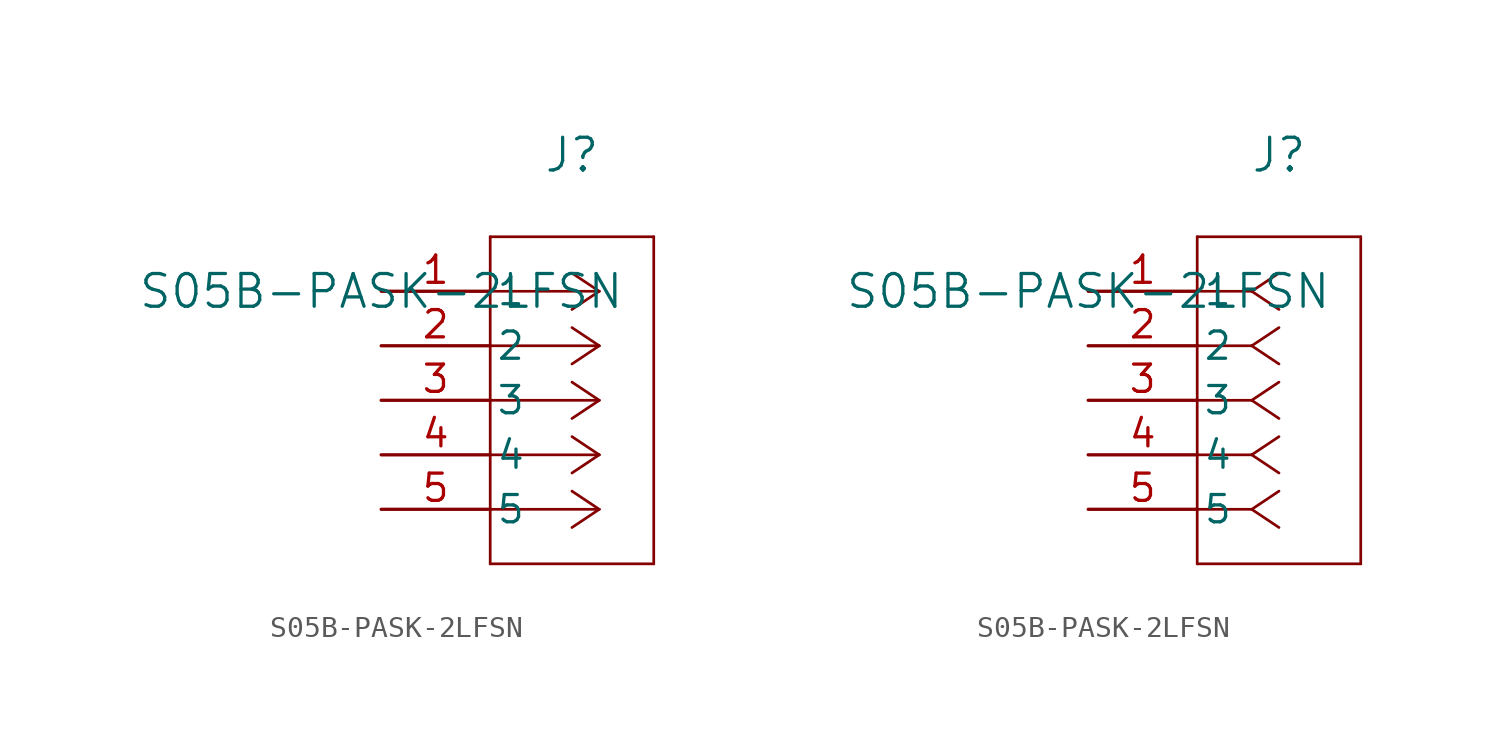
<source format=kicad_sym>
(kicad_symbol_lib
  (version 20211014)
  (generator kicad_symbol_editor)
  (symbol "S05B-PASK-2LFSN"
    (pin_names
      (offset 0.254))
    (property "Reference" "J"
      (at 8.89 6.35 0)
      (effects (font (size 1.524 1.524))))
    (property "Value" "S05B-PASK-2LFSN"
      (at 0 0 0)
      (effects (font (size 1.524 1.524))))
    (symbol "S05B-PASK-2LFSN_1_1"
      (polyline (pts (xy 10.16 0) (xy 5.08 0)) (stroke (width 0.127) (type default) (color 0 0 0 0)) (fill (type none)))
      (polyline (pts (xy 10.16 -2.54) (xy 5.08 -2.54)) (stroke (width 0.127) (type default) (color 0 0 0 0)) (fill (type none)))
      (polyline (pts (xy 10.16 -5.08) (xy 5.08 -5.08)) (stroke (width 0.127) (type default) (color 0 0 0 0)) (fill (type none)))
      (polyline (pts (xy 10.16 -7.62) (xy 5.08 -7.62)) (stroke (width 0.127) (type default) (color 0 0 0 0)) (fill (type none)))
      (polyline (pts (xy 10.16 -10.16) (xy 5.08 -10.16)) (stroke (width 0.127) (type default) (color 0 0 0 0)) (fill (type none)))
      (polyline (pts (xy 10.16 0) (xy 8.89 0.847)) (stroke (width 0.127) (type default) (color 0 0 0 0)) (fill (type none)))
      (polyline (pts (xy 10.16 -2.54) (xy 8.89 -1.693)) (stroke (width 0.127) (type default) (color 0 0 0 0)) (fill (type none)))
      (polyline (pts (xy 10.16 -5.08) (xy 8.89 -4.233)) (stroke (width 0.127) (type default) (color 0 0 0 0)) (fill (type none)))
      (polyline (pts (xy 10.16 -7.62) (xy 8.89 -6.773)) (stroke (width 0.127) (type default) (color 0 0 0 0)) (fill (type none)))
      (polyline (pts (xy 10.16 -10.16) (xy 8.89 -9.313)) (stroke (width 0.127) (type default) (color 0 0 0 0)) (fill (type none)))
      (polyline (pts (xy 10.16 0) (xy 8.89 -0.847)) (stroke (width 0.127) (type default) (color 0 0 0 0)) (fill (type none)))
      (polyline (pts (xy 10.16 -2.54) (xy 8.89 -3.387)) (stroke (width 0.127) (type default) (color 0 0 0 0)) (fill (type none)))
      (polyline (pts (xy 10.16 -5.08) (xy 8.89 -5.927)) (stroke (width 0.127) (type default) (color 0 0 0 0)) (fill (type none)))
      (polyline (pts (xy 10.16 -7.62) (xy 8.89 -8.467)) (stroke (width 0.127) (type default) (color 0 0 0 0)) (fill (type none)))
      (polyline (pts (xy 10.16 -10.16) (xy 8.89 -11.007)) (stroke (width 0.127) (type default) (color 0 0 0 0)) (fill (type none)))
      (polyline (pts (xy 5.08 2.54) (xy 5.08 -12.7)) (stroke (width 0.127) (type default) (color 0 0 0 0)) (fill (type none)))
      (polyline (pts (xy 5.08 -12.7) (xy 12.7 -12.7)) (stroke (width 0.127) (type default) (color 0 0 0 0)) (fill (type none)))
      (polyline (pts (xy 12.7 -12.7) (xy 12.7 2.54)) (stroke (width 0.127) (type default) (color 0 0 0 0)) (fill (type none)))
      (polyline (pts (xy 12.7 2.54) (xy 5.08 2.54)) (stroke (width 0.127) (type default) (color 0 0 0 0)) (fill (type none)))
      (pin unspecified line (at 0 0 0) (length 5.08) (name "1" (effects (font (size 1.27 1.27)))) (number "1" (effects (font (size 1.27 1.27)))))
      (pin unspecified line (at 0 -2.54 0) (length 5.08) (name "2" (effects (font (size 1.27 1.27)))) (number "2" (effects (font (size 1.27 1.27)))))
      (pin unspecified line (at 0 -5.08 0) (length 5.08) (name "3" (effects (font (size 1.27 1.27)))) (number "3" (effects (font (size 1.27 1.27)))))
      (pin unspecified line (at 0 -7.62 0) (length 5.08) (name "4" (effects (font (size 1.27 1.27)))) (number "4" (effects (font (size 1.27 1.27)))))
      (pin unspecified line (at 0 -10.16 0) (length 5.08) (name "5" (effects (font (size 1.27 1.27)))) (number "5" (effects (font (size 1.27 1.27))))))
    (symbol "S05B-PASK-2LFSN_1_2"
      (polyline (pts (xy 7.62 0) (xy 5.08 0)) (stroke (width 0.127) (type default) (color 0 0 0 0)) (fill (type none)))
      (polyline (pts (xy 7.62 -2.54) (xy 5.08 -2.54)) (stroke (width 0.127) (type default) (color 0 0 0 0)) (fill (type none)))
      (polyline (pts (xy 7.62 -5.08) (xy 5.08 -5.08)) (stroke (width 0.127) (type default) (color 0 0 0 0)) (fill (type none)))
      (polyline (pts (xy 7.62 -7.62) (xy 5.08 -7.62)) (stroke (width 0.127) (type default) (color 0 0 0 0)) (fill (type none)))
      (polyline (pts (xy 7.62 -10.16) (xy 5.08 -10.16)) (stroke (width 0.127) (type default) (color 0 0 0 0)) (fill (type none)))
      (polyline (pts (xy 7.62 0) (xy 8.89 0.847)) (stroke (width 0.127) (type default) (color 0 0 0 0)) (fill (type none)))
      (polyline (pts (xy 7.62 -2.54) (xy 8.89 -1.693)) (stroke (width 0.127) (type default) (color 0 0 0 0)) (fill (type none)))
      (polyline (pts (xy 7.62 -5.08) (xy 8.89 -4.233)) (stroke (width 0.127) (type default) (color 0 0 0 0)) (fill (type none)))
      (polyline (pts (xy 7.62 -7.62) (xy 8.89 -6.773)) (stroke (width 0.127) (type default) (color 0 0 0 0)) (fill (type none)))
      (polyline (pts (xy 7.62 -10.16) (xy 8.89 -9.313)) (stroke (width 0.127) (type default) (color 0 0 0 0)) (fill (type none)))
      (polyline (pts (xy 7.62 0) (xy 8.89 -0.847)) (stroke (width 0.127) (type default) (color 0 0 0 0)) (fill (type none)))
      (polyline (pts (xy 7.62 -2.54) (xy 8.89 -3.387)) (stroke (width 0.127) (type default) (color 0 0 0 0)) (fill (type none)))
      (polyline (pts (xy 7.62 -5.08) (xy 8.89 -5.927)) (stroke (width 0.127) (type default) (color 0 0 0 0)) (fill (type none)))
      (polyline (pts (xy 7.62 -7.62) (xy 8.89 -8.467)) (stroke (width 0.127) (type default) (color 0 0 0 0)) (fill (type none)))
      (polyline (pts (xy 7.62 -10.16) (xy 8.89 -11.007)) (stroke (width 0.127) (type default) (color 0 0 0 0)) (fill (type none)))
      (polyline (pts (xy 5.08 2.54) (xy 5.08 -12.7)) (stroke (width 0.127) (type default) (color 0 0 0 0)) (fill (type none)))
      (polyline (pts (xy 5.08 -12.7) (xy 12.7 -12.7)) (stroke (width 0.127) (type default) (color 0 0 0 0)) (fill (type none)))
      (polyline (pts (xy 12.7 -12.7) (xy 12.7 2.54)) (stroke (width 0.127) (type default) (color 0 0 0 0)) (fill (type none)))
      (polyline (pts (xy 12.7 2.54) (xy 5.08 2.54)) (stroke (width 0.127) (type default) (color 0 0 0 0)) (fill (type none)))
      (pin unspecified line (at 0 0 0) (length 5.08) (name "1" (effects (font (size 1.27 1.27)))) (number "1" (effects (font (size 1.27 1.27)))))
      (pin unspecified line (at 0 -2.54 0) (length 5.08) (name "2" (effects (font (size 1.27 1.27)))) (number "2" (effects (font (size 1.27 1.27)))))
      (pin unspecified line (at 0 -5.08 0) (length 5.08) (name "3" (effects (font (size 1.27 1.27)))) (number "3" (effects (font (size 1.27 1.27)))))
      (pin unspecified line (at 0 -7.62 0) (length 5.08) (name "4" (effects (font (size 1.27 1.27)))) (number "4" (effects (font (size 1.27 1.27)))))
      (pin unspecified line (at 0 -10.16 0) (length 5.08) (name "5" (effects (font (size 1.27 1.27)))) (number "5" (effects (font (size 1.27 1.27))))))))
</source>
